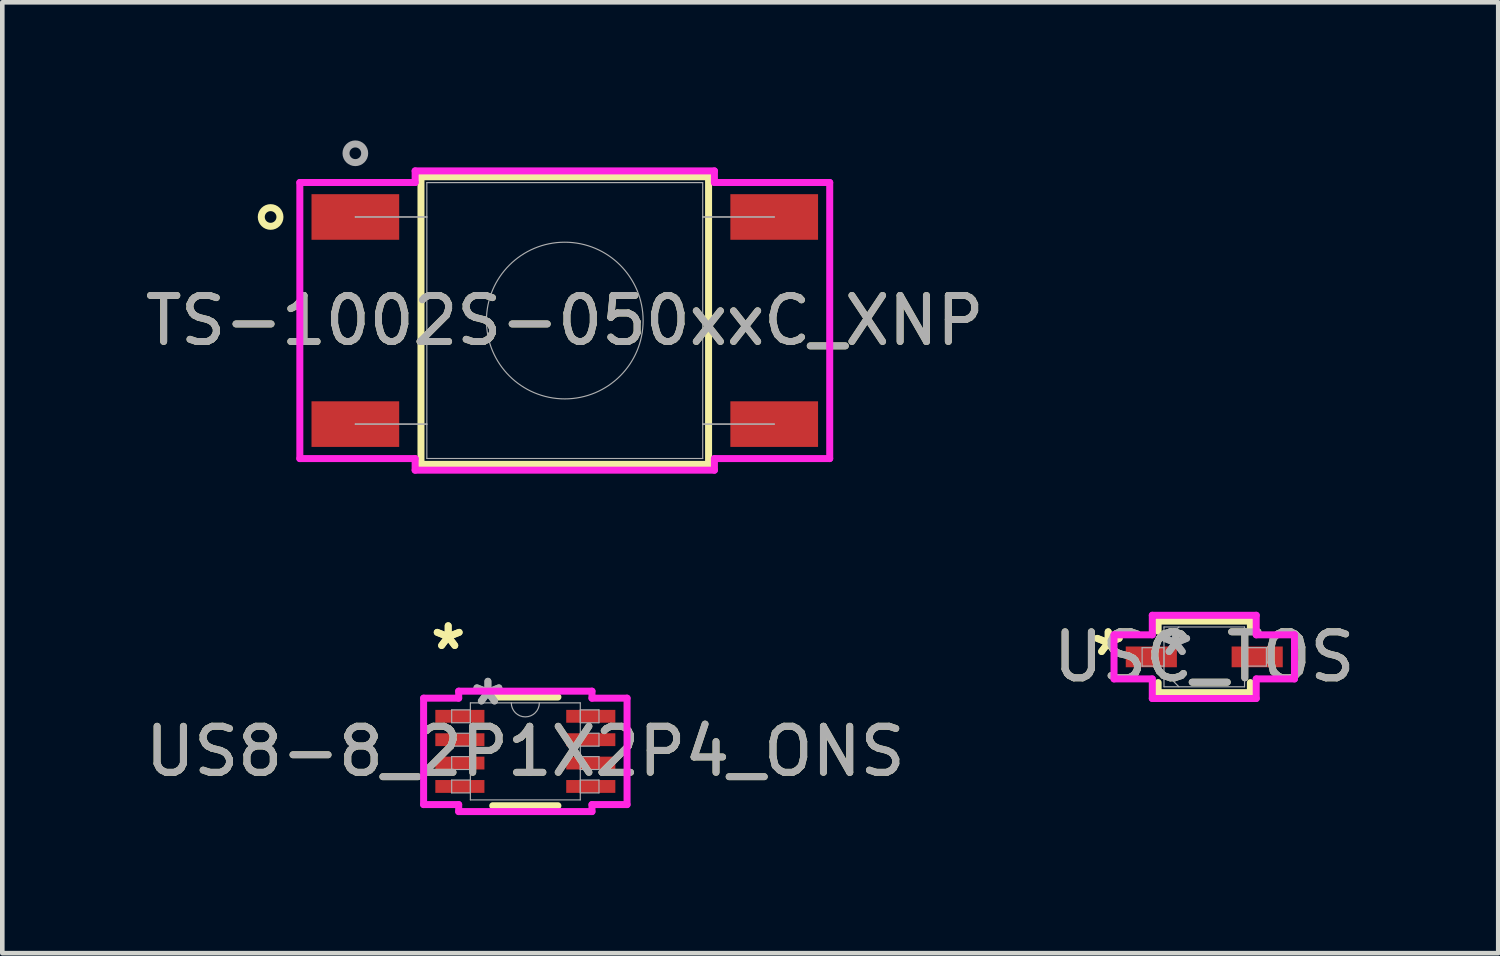
<source format=kicad_pcb>
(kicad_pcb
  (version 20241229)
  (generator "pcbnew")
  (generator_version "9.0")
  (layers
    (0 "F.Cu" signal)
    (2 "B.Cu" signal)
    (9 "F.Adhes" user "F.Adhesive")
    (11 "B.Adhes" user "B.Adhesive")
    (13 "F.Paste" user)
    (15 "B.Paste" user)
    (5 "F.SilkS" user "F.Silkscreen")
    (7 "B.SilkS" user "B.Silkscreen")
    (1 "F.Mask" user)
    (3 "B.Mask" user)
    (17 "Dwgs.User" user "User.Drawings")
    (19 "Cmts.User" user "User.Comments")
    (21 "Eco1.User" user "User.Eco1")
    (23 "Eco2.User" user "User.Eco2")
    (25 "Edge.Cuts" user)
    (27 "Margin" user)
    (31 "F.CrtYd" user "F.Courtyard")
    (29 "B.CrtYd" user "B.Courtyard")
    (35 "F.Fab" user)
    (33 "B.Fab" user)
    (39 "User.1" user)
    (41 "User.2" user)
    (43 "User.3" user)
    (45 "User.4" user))
  (footprint "TS-1002S-050xxC_XNP"
    (layer "F.Cu")
    (at 9.22 3.914)
    (property "Reference" "TS-1002S-050xxC_XNP" (at 0 0 0) (unlocked yes) (layer "F.SilkS") (effects (font (size 1 1) (thickness 0.15))))
    (attr smd)
    (fp_line (start -3.124 -3.124) (end -3.124 3.124) (stroke (width 0.152) (type solid)) (layer "F.SilkS"))
    (fp_line (start -3.124 3.124) (end 3.124 3.124) (stroke (width 0.152) (type solid)) (layer "F.SilkS"))
    (fp_line (start 3.124 -3.124) (end -3.124 -3.124) (stroke (width 0.152) (type solid)) (layer "F.SilkS"))
    (fp_line (start 3.124 3.124) (end 3.124 -3.124) (stroke (width 0.152) (type solid)) (layer "F.SilkS"))
    (fp_circle (center -6.391 -2.25) (end -6.188 -2.25) (stroke (width 0.152) (type solid)) (fill no) (layer "F.SilkS"))
    (fp_line (start -5.756 -2.999) (end -3.251 -2.999) (stroke (width 0.152) (type solid)) (layer "F.CrtYd"))
    (fp_line (start -5.756 2.999) (end -5.756 -2.999) (stroke (width 0.152) (type solid)) (layer "F.CrtYd"))
    (fp_line (start -5.756 2.999) (end -3.251 2.999) (stroke (width 0.152) (type solid)) (layer "F.CrtYd"))
    (fp_line (start -3.251 -3.251) (end 3.251 -3.251) (stroke (width 0.152) (type solid)) (layer "F.CrtYd"))
    (fp_line (start -3.251 -2.999) (end -3.251 -3.251) (stroke (width 0.152) (type solid)) (layer "F.CrtYd"))
    (fp_line (start -3.251 3.251) (end -3.251 2.999) (stroke (width 0.152) (type solid)) (layer "F.CrtYd"))
    (fp_line (start 3.251 -3.251) (end 3.251 -2.999) (stroke (width 0.152) (type solid)) (layer "F.CrtYd"))
    (fp_line (start 3.251 2.999) (end 3.251 3.251) (stroke (width 0.152) (type solid)) (layer "F.CrtYd"))
    (fp_line (start 3.251 3.251) (end -3.251 3.251) (stroke (width 0.152) (type solid)) (layer "F.CrtYd"))
    (fp_line (start 5.756 -2.999) (end 3.251 -2.999) (stroke (width 0.152) (type solid)) (layer "F.CrtYd"))
    (fp_line (start 5.756 -2.999) (end 5.756 2.999) (stroke (width 0.152) (type solid)) (layer "F.CrtYd"))
    (fp_line (start 5.756 2.999) (end 3.251 2.999) (stroke (width 0.152) (type solid)) (layer "F.CrtYd"))
    (fp_line (start -4.55 -2.25) (end -4.55 -2.25) (stroke (width 0.025) (type solid)) (layer "F.Fab"))
    (fp_line (start -4.55 -2.25) (end -2.997 -2.25) (stroke (width 0.025) (type solid)) (layer "F.Fab"))
    (fp_line (start -4.55 2.25) (end -4.55 2.25) (stroke (width 0.025) (type solid)) (layer "F.Fab"))
    (fp_line (start -4.55 2.25) (end -2.997 2.25) (stroke (width 0.025) (type solid)) (layer "F.Fab"))
    (fp_line (start -2.997 -2.997) (end -2.997 2.997) (stroke (width 0.025) (type solid)) (layer "F.Fab"))
    (fp_line (start -2.997 -2.25) (end -4.55 -2.25) (stroke (width 0.025) (type solid)) (layer "F.Fab"))
    (fp_line (start -2.997 -2.25) (end -2.997 -2.25) (stroke (width 0.025) (type solid)) (layer "F.Fab"))
    (fp_line (start -2.997 2.25) (end -4.55 2.25) (stroke (width 0.025) (type solid)) (layer "F.Fab"))
    (fp_line (start -2.997 2.25) (end -2.997 2.25) (stroke (width 0.025) (type solid)) (layer "F.Fab"))
    (fp_line (start -2.997 2.997) (end 2.997 2.997) (stroke (width 0.025) (type solid)) (layer "F.Fab"))
    (fp_line (start 2.997 -2.997) (end -2.997 -2.997) (stroke (width 0.025) (type solid)) (layer "F.Fab"))
    (fp_line (start 2.997 -2.25) (end 2.997 -2.25) (stroke (width 0.025) (type solid)) (layer "F.Fab"))
    (fp_line (start 2.997 -2.25) (end 4.55 -2.25) (stroke (width 0.025) (type solid)) (layer "F.Fab"))
    (fp_line (start 2.997 2.25) (end 2.997 2.25) (stroke (width 0.025) (type solid)) (layer "F.Fab"))
    (fp_line (start 2.997 2.25) (end 4.55 2.25) (stroke (width 0.025) (type solid)) (layer "F.Fab"))
    (fp_line (start 2.997 2.997) (end 2.997 -2.997) (stroke (width 0.025) (type solid)) (layer "F.Fab"))
    (fp_line (start 4.55 -2.25) (end 2.997 -2.25) (stroke (width 0.025) (type solid)) (layer "F.Fab"))
    (fp_line (start 4.55 -2.25) (end 4.55 -2.25) (stroke (width 0.025) (type solid)) (layer "F.Fab"))
    (fp_line (start 4.55 2.25) (end 2.997 2.25) (stroke (width 0.025) (type solid)) (layer "F.Fab"))
    (fp_line (start 4.55 2.25) (end 4.55 2.25) (stroke (width 0.025) (type solid)) (layer "F.Fab"))
    (fp_circle (center -4.55 -3.634) (end -4.347 -3.634) (stroke (width 0.152) (type solid)) (fill no) (layer "F.Fab"))
    (fp_circle (center 0 0) (end 1.702 0) (stroke (width 0.025) (type solid)) (fill no) (layer "F.Fab"))
    (fp_text user "${REFERENCE}" (at 0 0 0) (unlocked yes) (layer "F.Fab") (effects (font (size 1 1) (thickness 0.15))))
    (pad "1" smd rect (at -4.55 -2.25) (size 1.905 0.991) (layers "F.Cu" "F.Mask" "F.Paste"))
    (pad "2" smd rect (at -4.55 2.25) (size 1.905 0.991) (layers "F.Cu" "F.Mask" "F.Paste"))
    (pad "3" smd rect (at 4.55 2.25) (size 1.905 0.991) (layers "F.Cu" "F.Mask" "F.Paste"))
    (pad "4" smd rect (at 4.55 -2.25) (size 1.905 0.991) (layers "F.Cu" "F.Mask" "F.Paste")))
  (footprint "USC_TOS"
    (layer "F.Cu")
    (at 23.113 11.221)
    (property "Reference" "USC_TOS" (at 0 0 0) (unlocked yes) (layer "F.SilkS") (effects (font (size 1 1) (thickness 0.15))))
    (attr smd)
    (fp_line (start -1.002 -0.777) (end -1.002 -0.558) (stroke (width 0.152) (type solid)) (layer "F.SilkS"))
    (fp_line (start -1.002 0.558) (end -1.002 0.777) (stroke (width 0.152) (type solid)) (layer "F.SilkS"))
    (fp_line (start -1.002 0.777) (end 1.002 0.777) (stroke (width 0.152) (type solid)) (layer "F.SilkS"))
    (fp_line (start 1.002 -0.777) (end -1.002 -0.777) (stroke (width 0.152) (type solid)) (layer "F.SilkS"))
    (fp_line (start 1.002 -0.558) (end 1.002 -0.777) (stroke (width 0.152) (type solid)) (layer "F.SilkS"))
    (fp_line (start 1.002 0.777) (end 1.002 0.558) (stroke (width 0.152) (type solid)) (layer "F.SilkS"))
    (fp_line (start -1.96 -0.479) (end -1.129 -0.479) (stroke (width 0.152) (type solid)) (layer "F.CrtYd"))
    (fp_line (start -1.96 0.479) (end -1.96 -0.479) (stroke (width 0.152) (type solid)) (layer "F.CrtYd"))
    (fp_line (start -1.129 -0.904) (end 1.129 -0.904) (stroke (width 0.152) (type solid)) (layer "F.CrtYd"))
    (fp_line (start -1.129 -0.479) (end -1.129 -0.904) (stroke (width 0.152) (type solid)) (layer "F.CrtYd"))
    (fp_line (start -1.129 0.479) (end -1.96 0.479) (stroke (width 0.152) (type solid)) (layer "F.CrtYd"))
    (fp_line (start -1.129 0.904) (end -1.129 0.479) (stroke (width 0.152) (type solid)) (layer "F.CrtYd"))
    (fp_line (start 1.129 -0.904) (end 1.129 -0.479) (stroke (width 0.152) (type solid)) (layer "F.CrtYd"))
    (fp_line (start 1.129 -0.479) (end 1.96 -0.479) (stroke (width 0.152) (type solid)) (layer "F.CrtYd"))
    (fp_line (start 1.129 0.479) (end 1.129 0.904) (stroke (width 0.152) (type solid)) (layer "F.CrtYd"))
    (fp_line (start 1.129 0.904) (end -1.129 0.904) (stroke (width 0.152) (type solid)) (layer "F.CrtYd"))
    (fp_line (start 1.96 -0.479) (end 1.96 0.479) (stroke (width 0.152) (type solid)) (layer "F.CrtYd"))
    (fp_line (start 1.96 0.479) (end 1.129 0.479) (stroke (width 0.152) (type solid)) (layer "F.CrtYd"))
    (fp_line (start -1.35 -0.2) (end -1.35 0.2) (stroke (width 0.025) (type solid)) (layer "F.Fab"))
    (fp_line (start -1.35 0.2) (end -0.875 0.2) (stroke (width 0.025) (type solid)) (layer "F.Fab"))
    (fp_line (start -0.875 -0.65) (end -0.875 0.65) (stroke (width 0.025) (type solid)) (layer "F.Fab"))
    (fp_line (start -0.875 -0.325) (end -0.55 -0.65) (stroke (width 0.025) (type solid)) (layer "F.Fab"))
    (fp_line (start -0.875 -0.2) (end -1.35 -0.2) (stroke (width 0.025) (type solid)) (layer "F.Fab"))
    (fp_line (start -0.875 0.2) (end -0.875 -0.2) (stroke (width 0.025) (type solid)) (layer "F.Fab"))
    (fp_line (start -0.875 0.325) (end -0.55 0.65) (stroke (width 0.025) (type solid)) (layer "F.Fab"))
    (fp_line (start -0.875 0.65) (end 0.875 0.65) (stroke (width 0.025) (type solid)) (layer "F.Fab"))
    (fp_line (start 0.875 -0.65) (end -0.875 -0.65) (stroke (width 0.025) (type solid)) (layer "F.Fab"))
    (fp_line (start 0.875 -0.2) (end 0.875 0.2) (stroke (width 0.025) (type solid)) (layer "F.Fab"))
    (fp_line (start 0.875 0.2) (end 1.35 0.2) (stroke (width 0.025) (type solid)) (layer "F.Fab"))
    (fp_line (start 0.875 0.65) (end 0.875 -0.65) (stroke (width 0.025) (type solid)) (layer "F.Fab"))
    (fp_line (start 1.35 -0.2) (end 0.875 -0.2) (stroke (width 0.025) (type solid)) (layer "F.Fab"))
    (fp_line (start 1.35 0.2) (end 1.35 -0.2) (stroke (width 0.025) (type solid)) (layer "F.Fab"))
    (fp_text user "*" (at -2.087 0 0) (unlocked yes) (layer "F.SilkS") (effects (font (size 1 1) (thickness 0.15))))
    (fp_text user "*" (at -2.087 0 0) (layer "F.SilkS") (effects (font (size 1 1) (thickness 0.15))))
    (fp_text user "*" (at -0.621 0 0) (unlocked yes) (layer "F.Fab") (effects (font (size 1 1) (thickness 0.15))))
    (fp_text user "*" (at -0.621 0 0) (layer "F.Fab") (effects (font (size 1 1) (thickness 0.15))))
    (fp_text user "${REFERENCE}" (at 0 0 0) (unlocked yes) (layer "F.Fab") (effects (font (size 1 1) (thickness 0.15))))
    (pad "1" smd rect (at -1.15 0) (size 1.111 0.451) (layers "F.Cu" "F.Mask" "F.Paste"))
    (pad "2" smd rect (at 1.15 0) (size 1.111 0.451) (layers "F.Cu" "F.Mask" "F.Paste")))
  (footprint "US8-8_2P1X2P4_ONS"
    (layer "F.Cu")
    (at 8.363 13.274)
    (property "Reference" "US8-8_2P1X2P4_ONS" (at 0 0 0) (unlocked yes) (layer "F.SilkS") (effects (font (size 1 1) (thickness 0.15))))
    (attr smd)
    (fp_line (start -0.708 1.181) (end 0.708 1.181) (stroke (width 0.152) (type solid)) (layer "F.SilkS"))
    (fp_line (start 0.708 -1.181) (end -0.708 -1.181) (stroke (width 0.152) (type solid)) (layer "F.SilkS"))
    (fp_line (start -2.21 -1.156) (end -1.448 -1.156) (stroke (width 0.152) (type solid)) (layer "F.CrtYd"))
    (fp_line (start -2.21 1.156) (end -2.21 -1.156) (stroke (width 0.152) (type solid)) (layer "F.CrtYd"))
    (fp_line (start -2.21 1.156) (end -1.448 1.156) (stroke (width 0.152) (type solid)) (layer "F.CrtYd"))
    (fp_line (start -1.448 -1.308) (end 1.448 -1.308) (stroke (width 0.152) (type solid)) (layer "F.CrtYd"))
    (fp_line (start -1.448 -1.156) (end -1.448 -1.308) (stroke (width 0.152) (type solid)) (layer "F.CrtYd"))
    (fp_line (start -1.448 1.308) (end -1.448 1.156) (stroke (width 0.152) (type solid)) (layer "F.CrtYd"))
    (fp_line (start 1.448 -1.308) (end 1.448 -1.156) (stroke (width 0.152) (type solid)) (layer "F.CrtYd"))
    (fp_line (start 1.448 1.156) (end 1.448 1.308) (stroke (width 0.152) (type solid)) (layer "F.CrtYd"))
    (fp_line (start 1.448 1.308) (end -1.448 1.308) (stroke (width 0.152) (type solid)) (layer "F.CrtYd"))
    (fp_line (start 2.21 -1.156) (end 1.448 -1.156) (stroke (width 0.152) (type solid)) (layer "F.CrtYd"))
    (fp_line (start 2.21 -1.156) (end 2.21 1.156) (stroke (width 0.152) (type solid)) (layer "F.CrtYd"))
    (fp_line (start 2.21 1.156) (end 1.448 1.156) (stroke (width 0.152) (type solid)) (layer "F.CrtYd"))
    (fp_line (start -1.6 -0.902) (end -1.6 -0.622) (stroke (width 0.025) (type solid)) (layer "F.Fab"))
    (fp_line (start -1.6 -0.622) (end -1.194 -0.622) (stroke (width 0.025) (type solid)) (layer "F.Fab"))
    (fp_line (start -1.6 -0.394) (end -1.6 -0.114) (stroke (width 0.025) (type solid)) (layer "F.Fab"))
    (fp_line (start -1.6 -0.114) (end -1.194 -0.114) (stroke (width 0.025) (type solid)) (layer "F.Fab"))
    (fp_line (start -1.6 0.114) (end -1.6 0.394) (stroke (width 0.025) (type solid)) (layer "F.Fab"))
    (fp_line (start -1.6 0.394) (end -1.194 0.394) (stroke (width 0.025) (type solid)) (layer "F.Fab"))
    (fp_line (start -1.6 0.622) (end -1.6 0.902) (stroke (width 0.025) (type solid)) (layer "F.Fab"))
    (fp_line (start -1.6 0.902) (end -1.194 0.902) (stroke (width 0.025) (type solid)) (layer "F.Fab"))
    (fp_line (start -1.194 -1.054) (end -1.194 1.054) (stroke (width 0.025) (type solid)) (layer "F.Fab"))
    (fp_line (start -1.194 -0.902) (end -1.6 -0.902) (stroke (width 0.025) (type solid)) (layer "F.Fab"))
    (fp_line (start -1.194 -0.622) (end -1.194 -0.902) (stroke (width 0.025) (type solid)) (layer "F.Fab"))
    (fp_line (start -1.194 -0.394) (end -1.6 -0.394) (stroke (width 0.025) (type solid)) (layer "F.Fab"))
    (fp_line (start -1.194 -0.114) (end -1.194 -0.394) (stroke (width 0.025) (type solid)) (layer "F.Fab"))
    (fp_line (start -1.194 0.114) (end -1.6 0.114) (stroke (width 0.025) (type solid)) (layer "F.Fab"))
    (fp_line (start -1.194 0.394) (end -1.194 0.114) (stroke (width 0.025) (type solid)) (layer "F.Fab"))
    (fp_line (start -1.194 0.622) (end -1.6 0.622) (stroke (width 0.025) (type solid)) (layer "F.Fab"))
    (fp_line (start -1.194 0.902) (end -1.194 0.622) (stroke (width 0.025) (type solid)) (layer "F.Fab"))
    (fp_line (start -1.194 1.054) (end 1.194 1.054) (stroke (width 0.025) (type solid)) (layer "F.Fab"))
    (fp_line (start 1.194 -1.054) (end -1.194 -1.054) (stroke (width 0.025) (type solid)) (layer "F.Fab"))
    (fp_line (start 1.194 -0.902) (end 1.194 -0.622) (stroke (width 0.025) (type solid)) (layer "F.Fab"))
    (fp_line (start 1.194 -0.622) (end 1.6 -0.622) (stroke (width 0.025) (type solid)) (layer "F.Fab"))
    (fp_line (start 1.194 -0.394) (end 1.194 -0.114) (stroke (width 0.025) (type solid)) (layer "F.Fab"))
    (fp_line (start 1.194 -0.114) (end 1.6 -0.114) (stroke (width 0.025) (type solid)) (layer "F.Fab"))
    (fp_line (start 1.194 0.114) (end 1.194 0.394) (stroke (width 0.025) (type solid)) (layer "F.Fab"))
    (fp_line (start 1.194 0.394) (end 1.6 0.394) (stroke (width 0.025) (type solid)) (layer "F.Fab"))
    (fp_line (start 1.194 0.622) (end 1.194 0.902) (stroke (width 0.025) (type solid)) (layer "F.Fab"))
    (fp_line (start 1.194 0.902) (end 1.6 0.902) (stroke (width 0.025) (type solid)) (layer "F.Fab"))
    (fp_line (start 1.194 1.054) (end 1.194 -1.054) (stroke (width 0.025) (type solid)) (layer "F.Fab"))
    (fp_line (start 1.6 -0.902) (end 1.194 -0.902) (stroke (width 0.025) (type solid)) (layer "F.Fab"))
    (fp_line (start 1.6 -0.622) (end 1.6 -0.902) (stroke (width 0.025) (type solid)) (layer "F.Fab"))
    (fp_line (start 1.6 -0.394) (end 1.194 -0.394) (stroke (width 0.025) (type solid)) (layer "F.Fab"))
    (fp_line (start 1.6 -0.114) (end 1.6 -0.394) (stroke (width 0.025) (type solid)) (layer "F.Fab"))
    (fp_line (start 1.6 0.114) (end 1.194 0.114) (stroke (width 0.025) (type solid)) (layer "F.Fab"))
    (fp_line (start 1.6 0.394) (end 1.6 0.114) (stroke (width 0.025) (type solid)) (layer "F.Fab"))
    (fp_line (start 1.6 0.622) (end 1.194 0.622) (stroke (width 0.025) (type solid)) (layer "F.Fab"))
    (fp_line (start 1.6 0.902) (end 1.6 0.622) (stroke (width 0.025) (type solid)) (layer "F.Fab"))
    (fp_arc (start 0.3048 -1.0541) (mid 0 -0.7493) (end -0.3048 -1.0541) (stroke (width 0.0254) (type solid)) (layer "F.Fab"))
    (fp_text user "*" (at -1.676 -2.184 0) (unlocked yes) (layer "F.SilkS") (effects (font (size 1 1) (thickness 0.15))))
    (fp_text user "*" (at -1.676 -2.184 0) (layer "F.SilkS") (effects (font (size 1 1) (thickness 0.15))))
    (fp_text user "${REFERENCE}" (at 0 0 0) (unlocked yes) (layer "F.Fab") (effects (font (size 1 1) (thickness 0.15))))
    (fp_text user "*" (at -0.813 -0.978 0) (unlocked yes) (layer "F.Fab") (effects (font (size 1 1) (thickness 0.15))))
    (fp_text user "*" (at -0.813 -0.978 0) (layer "F.Fab") (effects (font (size 1 1) (thickness 0.15))))
    (pad "1" smd rect (at -1.422 -0.762) (size 1.067 0.279) (layers "F.Cu" "F.Mask" "F.Paste"))
    (pad "2" smd rect (at -1.422 -0.254) (size 1.067 0.279) (layers "F.Cu" "F.Mask" "F.Paste"))
    (pad "3" smd rect (at -1.422 0.254) (size 1.067 0.279) (layers "F.Cu" "F.Mask" "F.Paste"))
    (pad "4" smd rect (at -1.422 0.762) (size 1.067 0.279) (layers "F.Cu" "F.Mask" "F.Paste"))
    (pad "5" smd rect (at 1.422 0.762) (size 1.067 0.279) (layers "F.Cu" "F.Mask" "F.Paste"))
    (pad "6" smd rect (at 1.422 0.254) (size 1.067 0.279) (layers "F.Cu" "F.Mask" "F.Paste"))
    (pad "7" smd rect (at 1.422 -0.254) (size 1.067 0.279) (layers "F.Cu" "F.Mask" "F.Paste"))
    (pad "8" smd rect (at 1.422 -0.762) (size 1.067 0.279) (layers "F.Cu" "F.Mask" "F.Paste")))
  (gr_rect
    (start -3 -3)
    (end 29.5 17.658)
    (stroke (width 0.1) (type default))
    (fill no)
    (layer "Edge.Cuts")))
</source>
